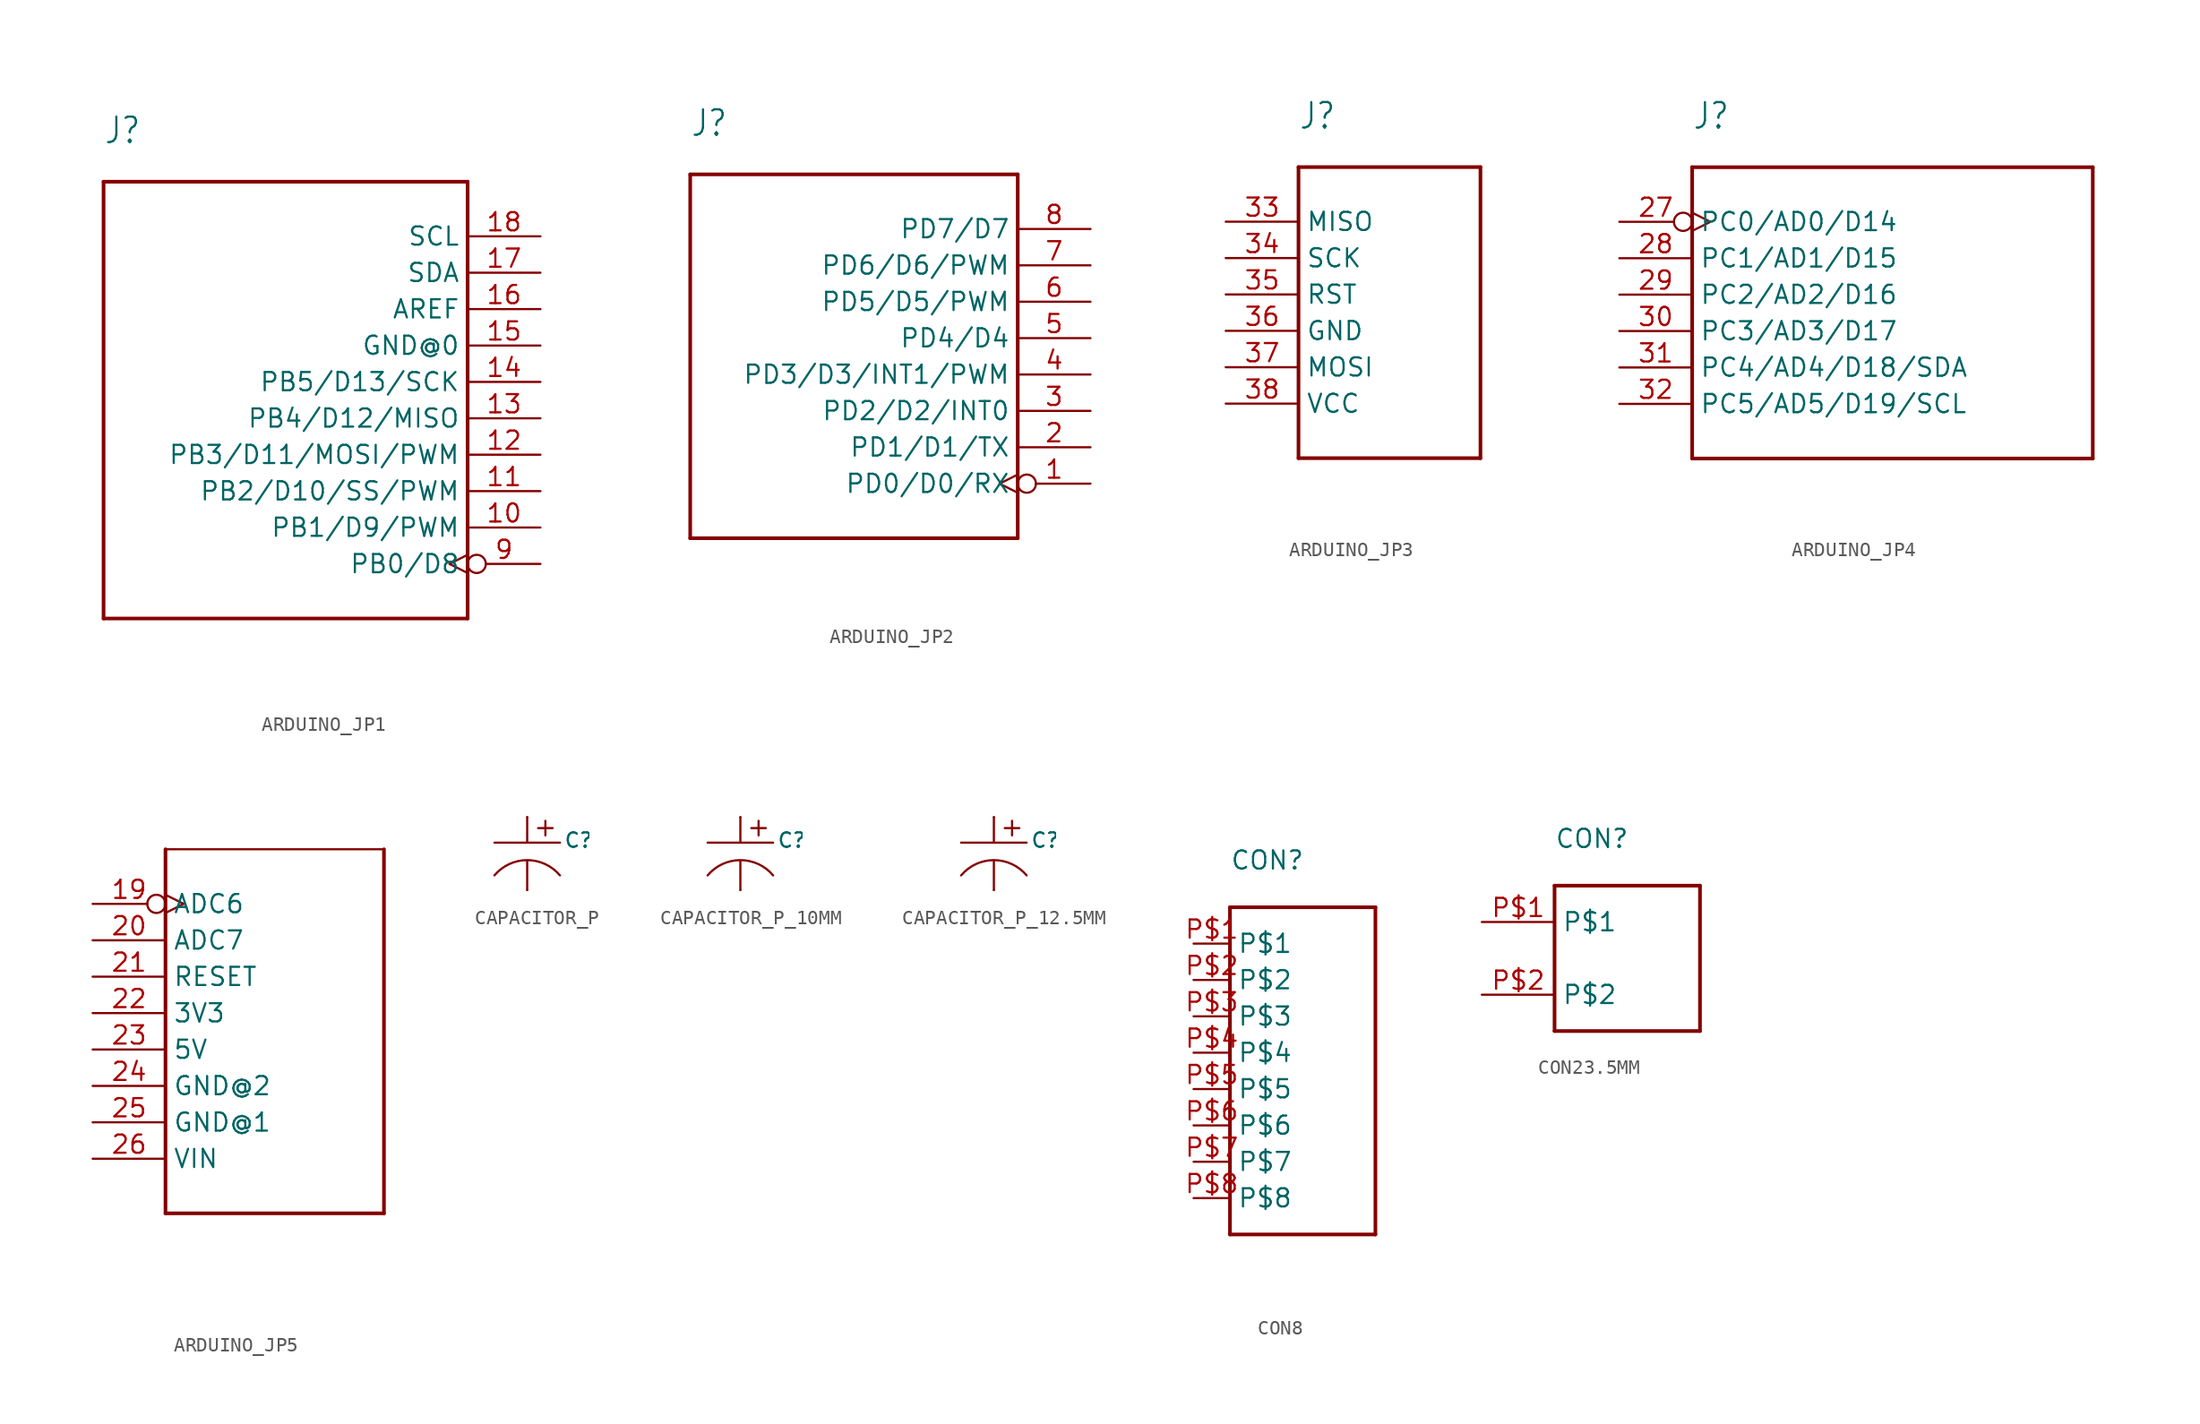
<source format=kicad_sym>
(kicad_symbol_lib
  (version 20220914)
  (generator kicad_symbol_editor)
  (symbol "ARDUINO_JP1"
    (property "Reference" "J"
      (at -15.24 17.78 0)
      (effects (font (size 1.778 1.511)) (justify left bottom)))
    (property "Value" ""
      (at -15.24 -17.78 0)
      (effects (font (size 1.778 1.511)) (justify left bottom)))
    (property "ki_locked" ""
      (at 0 0 0)
      (effects (font (size 1.27 1.27))))
    (symbol "ARDUINO_JP1_1_0"
      (polyline (pts (xy -15.24 -15.24) (xy 10.16 -15.24)) (stroke (width 0.254) (type solid)) (fill (type none)))
      (polyline (pts (xy -15.24 15.24) (xy -15.24 -15.24)) (stroke (width 0.254) (type solid)) (fill (type none)))
      (polyline (pts (xy 10.16 -15.24) (xy 10.16 15.24)) (stroke (width 0.254) (type solid)) (fill (type none)))
      (polyline (pts (xy 10.16 15.24) (xy -15.24 15.24)) (stroke (width 0.254) (type solid)) (fill (type none)))
      (pin bidirectional line (at 15.24 -8.89 180) (length 5.08) (name "PB1/D9/PWM" (effects (font (size 1.27 1.27)))) (number "10" (effects (font (size 1.27 1.27)))))
      (pin bidirectional line (at 15.24 -6.35 180) (length 5.08) (name "PB2/D10/SS/PWM" (effects (font (size 1.27 1.27)))) (number "11" (effects (font (size 1.27 1.27)))))
      (pin bidirectional line (at 15.24 -3.81 180) (length 5.08) (name "PB3/D11/MOSI/PWM" (effects (font (size 1.27 1.27)))) (number "12" (effects (font (size 1.27 1.27)))))
      (pin bidirectional line (at 15.24 -1.27 180) (length 5.08) (name "PB4/D12/MISO" (effects (font (size 1.27 1.27)))) (number "13" (effects (font (size 1.27 1.27)))))
      (pin bidirectional line (at 15.24 1.27 180) (length 5.08) (name "PB5/D13/SCK" (effects (font (size 1.27 1.27)))) (number "14" (effects (font (size 1.27 1.27)))))
      (pin bidirectional line (at 15.24 3.81 180) (length 5.08) (name "GND@0" (effects (font (size 1.27 1.27)))) (number "15" (effects (font (size 1.27 1.27)))))
      (pin bidirectional line (at 15.24 6.35 180) (length 5.08) (name "AREF" (effects (font (size 1.27 1.27)))) (number "16" (effects (font (size 1.27 1.27)))))
      (pin bidirectional line (at 15.24 8.89 180) (length 5.08) (name "SDA" (effects (font (size 1.27 1.27)))) (number "17" (effects (font (size 1.27 1.27)))))
      (pin bidirectional line (at 15.24 11.43 180) (length 5.08) (name "SCL" (effects (font (size 1.27 1.27)))) (number "18" (effects (font (size 1.27 1.27)))))
      (pin bidirectional inverted_clock (at 15.24 -11.43 180) (length 5.08) (name "PB0/D8" (effects (font (size 1.27 1.27)))) (number "9" (effects (font (size 1.27 1.27)))))))
  (symbol "ARDUINO_JP2"
    (property "Reference" "J"
      (at -17.78 15.24 0)
      (effects (font (size 1.778 1.511)) (justify left bottom)))
    (property "Value" ""
      (at -17.78 -15.24 0)
      (effects (font (size 1.778 1.511)) (justify left bottom)))
    (property "ki_locked" ""
      (at 0 0 0)
      (effects (font (size 1.27 1.27))))
    (symbol "ARDUINO_JP2_1_0"
      (polyline (pts (xy -17.78 -12.7) (xy -17.78 12.7)) (stroke (width 0.254) (type solid)) (fill (type none)))
      (polyline (pts (xy -17.78 12.7) (xy 5.08 12.7)) (stroke (width 0.254) (type solid)) (fill (type none)))
      (polyline (pts (xy 5.08 -12.7) (xy -17.78 -12.7)) (stroke (width 0.254) (type solid)) (fill (type none)))
      (polyline (pts (xy 5.08 12.7) (xy 5.08 -12.7)) (stroke (width 0.254) (type solid)) (fill (type none)))
      (pin bidirectional inverted_clock (at 10.16 -8.89 180) (length 5.08) (name "PD0/D0/RX" (effects (font (size 1.27 1.27)))) (number "1" (effects (font (size 1.27 1.27)))))
      (pin bidirectional line (at 10.16 -6.35 180) (length 5.08) (name "PD1/D1/TX" (effects (font (size 1.27 1.27)))) (number "2" (effects (font (size 1.27 1.27)))))
      (pin bidirectional line (at 10.16 -3.81 180) (length 5.08) (name "PD2/D2/INT0" (effects (font (size 1.27 1.27)))) (number "3" (effects (font (size 1.27 1.27)))))
      (pin bidirectional line (at 10.16 -1.27 180) (length 5.08) (name "PD3/D3/INT1/PWM" (effects (font (size 1.27 1.27)))) (number "4" (effects (font (size 1.27 1.27)))))
      (pin bidirectional line (at 10.16 1.27 180) (length 5.08) (name "PD4/D4" (effects (font (size 1.27 1.27)))) (number "5" (effects (font (size 1.27 1.27)))))
      (pin bidirectional line (at 10.16 3.81 180) (length 5.08) (name "PD5/D5/PWM" (effects (font (size 1.27 1.27)))) (number "6" (effects (font (size 1.27 1.27)))))
      (pin bidirectional line (at 10.16 6.35 180) (length 5.08) (name "PD6/D6/PWM" (effects (font (size 1.27 1.27)))) (number "7" (effects (font (size 1.27 1.27)))))
      (pin bidirectional line (at 10.16 8.89 180) (length 5.08) (name "PD7/D7" (effects (font (size 1.27 1.27)))) (number "8" (effects (font (size 1.27 1.27)))))))
  (symbol "ARDUINO_JP3"
    (property "Reference" "J"
      (at -7.62 12.7 0)
      (effects (font (size 1.778 1.511)) (justify left bottom)))
    (property "Value" ""
      (at -7.62 -12.7 0)
      (effects (font (size 1.778 1.511)) (justify left bottom)))
    (property "ki_locked" ""
      (at 0 0 0)
      (effects (font (size 1.27 1.27))))
    (symbol "ARDUINO_JP3_1_0"
      (polyline (pts (xy -7.62 -10.16) (xy 5.08 -10.16)) (stroke (width 0.254) (type solid)) (fill (type none)))
      (polyline (pts (xy -7.62 10.16) (xy -7.62 -10.16)) (stroke (width 0.254) (type solid)) (fill (type none)))
      (polyline (pts (xy 5.08 -10.16) (xy 5.08 10.16)) (stroke (width 0.254) (type solid)) (fill (type none)))
      (polyline (pts (xy 5.08 10.16) (xy -7.62 10.16)) (stroke (width 0.254) (type solid)) (fill (type none)))
      (pin bidirectional line (at -12.7 6.35 0) (length 5.08) (name "MISO" (effects (font (size 1.27 1.27)))) (number "33" (effects (font (size 1.27 1.27)))))
      (pin bidirectional line (at -12.7 3.81 0) (length 5.08) (name "SCK" (effects (font (size 1.27 1.27)))) (number "34" (effects (font (size 1.27 1.27)))))
      (pin bidirectional line (at -12.7 1.27 0) (length 5.08) (name "RST" (effects (font (size 1.27 1.27)))) (number "35" (effects (font (size 1.27 1.27)))))
      (pin bidirectional line (at -12.7 -1.27 0) (length 5.08) (name "GND" (effects (font (size 1.27 1.27)))) (number "36" (effects (font (size 1.27 1.27)))))
      (pin bidirectional line (at -12.7 -3.81 0) (length 5.08) (name "MOSI" (effects (font (size 1.27 1.27)))) (number "37" (effects (font (size 1.27 1.27)))))
      (pin bidirectional line (at -12.7 -6.35 0) (length 5.08) (name "VCC" (effects (font (size 1.27 1.27)))) (number "38" (effects (font (size 1.27 1.27)))))))
  (symbol "ARDUINO_JP4"
    (property "Reference" "J"
      (at -22.86 12.7 0)
      (effects (font (size 1.778 1.511)) (justify left bottom)))
    (property "Value" ""
      (at -22.86 -12.7 0)
      (effects (font (size 1.778 1.511)) (justify left bottom)))
    (property "ki_locked" ""
      (at 0 0 0)
      (effects (font (size 1.27 1.27))))
    (symbol "ARDUINO_JP4_1_0"
      (polyline (pts (xy -22.86 -10.16) (xy 5.08 -10.16)) (stroke (width 0.254) (type solid)) (fill (type none)))
      (polyline (pts (xy -22.86 10.16) (xy -22.86 -10.16)) (stroke (width 0.254) (type solid)) (fill (type none)))
      (polyline (pts (xy 5.08 -10.16) (xy 5.08 10.16)) (stroke (width 0.254) (type solid)) (fill (type none)))
      (polyline (pts (xy 5.08 10.16) (xy -22.86 10.16)) (stroke (width 0.254) (type solid)) (fill (type none)))
      (pin bidirectional inverted_clock (at -27.94 6.35 0) (length 5.08) (name "PC0/AD0/D14" (effects (font (size 1.27 1.27)))) (number "27" (effects (font (size 1.27 1.27)))))
      (pin bidirectional line (at -27.94 3.81 0) (length 5.08) (name "PC1/AD1/D15" (effects (font (size 1.27 1.27)))) (number "28" (effects (font (size 1.27 1.27)))))
      (pin bidirectional line (at -27.94 1.27 0) (length 5.08) (name "PC2/AD2/D16" (effects (font (size 1.27 1.27)))) (number "29" (effects (font (size 1.27 1.27)))))
      (pin bidirectional line (at -27.94 -1.27 0) (length 5.08) (name "PC3/AD3/D17" (effects (font (size 1.27 1.27)))) (number "30" (effects (font (size 1.27 1.27)))))
      (pin bidirectional line (at -27.94 -3.81 0) (length 5.08) (name "PC4/AD4/D18/SDA" (effects (font (size 1.27 1.27)))) (number "31" (effects (font (size 1.27 1.27)))))
      (pin bidirectional line (at -27.94 -6.35 0) (length 5.08) (name "PC5/AD5/D19/SCL" (effects (font (size 1.27 1.27)))) (number "32" (effects (font (size 1.27 1.27)))))))
  (symbol "ARDUINO_JP5"
    (property "Reference" ""
      (at -22.86 25.4 0)
      (effects (font (size 1.778 1.511)) (justify left bottom) hide))
    (property "Value" ""
      (at -22.86 -7.62 0)
      (effects (font (size 1.778 1.511)) (justify left bottom)))
    (property "ki_locked" ""
      (at 0 0 0)
      (effects (font (size 1.27 1.27))))
    (symbol "ARDUINO_JP5_1_0"
      (polyline (pts (xy -22.86 -2.54) (xy -7.62 -2.54)) (stroke (width 0.254) (type solid)) (fill (type none)))
      (polyline (pts (xy -22.86 22.86) (xy -22.86 -2.54)) (stroke (width 0.254) (type solid)) (fill (type none)))
      (polyline (pts (xy -22.86 22.86) (xy -7.62 22.86)) (stroke (width 0.152) (type solid)) (fill (type none)))
      (polyline (pts (xy -7.62 22.86) (xy -7.62 -2.54)) (stroke (width 0.254) (type solid)) (fill (type none)))
      (pin bidirectional inverted_clock (at -27.94 19.05 0) (length 5.08) (name "ADC6" (effects (font (size 1.27 1.27)))) (number "19" (effects (font (size 1.27 1.27)))))
      (pin bidirectional line (at -27.94 16.51 0) (length 5.08) (name "ADC7" (effects (font (size 1.27 1.27)))) (number "20" (effects (font (size 1.27 1.27)))))
      (pin bidirectional line (at -27.94 13.97 0) (length 5.08) (name "RESET" (effects (font (size 1.27 1.27)))) (number "21" (effects (font (size 1.27 1.27)))))
      (pin bidirectional line (at -27.94 11.43 0) (length 5.08) (name "3V3" (effects (font (size 1.27 1.27)))) (number "22" (effects (font (size 1.27 1.27)))))
      (pin bidirectional line (at -27.94 8.89 0) (length 5.08) (name "5V" (effects (font (size 1.27 1.27)))) (number "23" (effects (font (size 1.27 1.27)))))
      (pin bidirectional line (at -27.94 6.35 0) (length 5.08) (name "GND@2" (effects (font (size 1.27 1.27)))) (number "24" (effects (font (size 1.27 1.27)))))
      (pin bidirectional line (at -27.94 3.81 0) (length 5.08) (name "GND@1" (effects (font (size 1.27 1.27)))) (number "25" (effects (font (size 1.27 1.27)))))
      (pin bidirectional line (at -27.94 1.27 0) (length 5.08) (name "VIN" (effects (font (size 1.27 1.27)))) (number "26" (effects (font (size 1.27 1.27)))))))
  (symbol "CAPACITOR_P"
    (property "Reference" "C"
      (at 2.54 1.524 0)
      (effects (font (size 1.016 1.016)) (justify left top)))
    (property "Value" ""
      (at 2.54 -1.524 0)
      (effects (font (size 1.016 1.016)) (justify left bottom)))
    (property "ki_locked" ""
      (at 0 0 0)
      (effects (font (size 1.27 1.27))))
    (symbol "CAPACITOR_P_1_0"
      (polyline (pts (xy -2.286 0.762) (xy 0 0.762)) (stroke (width 0.152) (type solid)) (fill (type none)))
      (polyline (pts (xy 0 -2.54) (xy 0 -0.508)) (stroke (width 0.152) (type solid)) (fill (type none)))
      (polyline (pts (xy 0 0.762) (xy 2.286 0.762)) (stroke (width 0.152) (type solid)) (fill (type none)))
      (polyline (pts (xy 0 2.54) (xy 0 0.762)) (stroke (width 0.152) (type solid)) (fill (type none)))
      (polyline (pts (xy 1.27 2.286) (xy 1.27 1.27)) (stroke (width 0.152) (type solid)) (fill (type none)))
      (polyline (pts (xy 1.778 1.778) (xy 0.762 1.778)) (stroke (width 0.152) (type solid)) (fill (type none)))
      (arc (start 2.2859 -1.5239) (mid -0.0001 -0.458) (end -2.286 -1.524) (stroke (width 0.1524) (type solid)) (fill (type none)))
      (pin passive line (at 0 2.54 270) (length 0) (name "P$1" (effects (font (size 0 0)))) (number "P$1" (effects (font (size 0 0)))))
      (pin passive line (at 0 -2.54 90) (length 0) (name "P$2" (effects (font (size 0 0)))) (number "P$2" (effects (font (size 0 0)))))))
  (symbol "CAPACITOR_P_10MM"
    (property "Reference" "C"
      (at 2.54 1.524 0)
      (effects (font (size 1.016 1.016)) (justify left top)))
    (property "Value" ""
      (at 2.54 -1.524 0)
      (effects (font (size 1.016 1.016)) (justify left bottom)))
    (property "ki_locked" ""
      (at 0 0 0)
      (effects (font (size 1.27 1.27))))
    (symbol "CAPACITOR_P_10MM_1_0"
      (polyline (pts (xy -2.286 0.762) (xy 0 0.762)) (stroke (width 0.152) (type solid)) (fill (type none)))
      (polyline (pts (xy 0 -2.54) (xy 0 -0.508)) (stroke (width 0.152) (type solid)) (fill (type none)))
      (polyline (pts (xy 0 0.762) (xy 2.286 0.762)) (stroke (width 0.152) (type solid)) (fill (type none)))
      (polyline (pts (xy 0 2.54) (xy 0 0.762)) (stroke (width 0.152) (type solid)) (fill (type none)))
      (polyline (pts (xy 1.27 2.286) (xy 1.27 1.27)) (stroke (width 0.152) (type solid)) (fill (type none)))
      (polyline (pts (xy 1.778 1.778) (xy 0.762 1.778)) (stroke (width 0.152) (type solid)) (fill (type none)))
      (arc (start 2.2859 -1.5239) (mid -0.0001 -0.458) (end -2.286 -1.524) (stroke (width 0.1524) (type solid)) (fill (type none)))
      (pin passive line (at 0 2.54 270) (length 0) (name "P$1" (effects (font (size 0 0)))) (number "P$1" (effects (font (size 0 0)))))
      (pin passive line (at 0 -2.54 90) (length 0) (name "P$2" (effects (font (size 0 0)))) (number "P$2" (effects (font (size 0 0)))))))
  (symbol "CAPACITOR_P_12.5MM"
    (property "Reference" "C"
      (at 2.54 1.524 0)
      (effects (font (size 1.016 1.016)) (justify left top)))
    (property "Value" ""
      (at 2.54 -1.524 0)
      (effects (font (size 1.016 1.016)) (justify left bottom)))
    (property "ki_locked" ""
      (at 0 0 0)
      (effects (font (size 1.27 1.27))))
    (symbol "CAPACITOR_P_12.5MM_1_0"
      (polyline (pts (xy -2.286 0.762) (xy 0 0.762)) (stroke (width 0.152) (type solid)) (fill (type none)))
      (polyline (pts (xy 0 -2.54) (xy 0 -0.508)) (stroke (width 0.152) (type solid)) (fill (type none)))
      (polyline (pts (xy 0 0.762) (xy 2.286 0.762)) (stroke (width 0.152) (type solid)) (fill (type none)))
      (polyline (pts (xy 0 2.54) (xy 0 0.762)) (stroke (width 0.152) (type solid)) (fill (type none)))
      (polyline (pts (xy 1.27 2.286) (xy 1.27 1.27)) (stroke (width 0.152) (type solid)) (fill (type none)))
      (polyline (pts (xy 1.778 1.778) (xy 0.762 1.778)) (stroke (width 0.152) (type solid)) (fill (type none)))
      (arc (start 2.2859 -1.5239) (mid -0.0001 -0.458) (end -2.286 -1.524) (stroke (width 0.1524) (type solid)) (fill (type none)))
      (pin passive line (at 0 2.54 270) (length 0) (name "P$1" (effects (font (size 0 0)))) (number "P$1" (effects (font (size 0 0)))))
      (pin passive line (at 0 -2.54 90) (length 0) (name "P$2" (effects (font (size 0 0)))) (number "P$2" (effects (font (size 0 0)))))))
  (symbol "CON8"
    (property "Reference" "CON"
      (at -7.62 12.7 0)
      (effects (font (size 1.27 1.27)) (justify left bottom)))
    (property "Value" ""
      (at -7.62 -15.24 0)
      (effects (font (size 1.27 1.27)) (justify left bottom)))
    (property "ki_locked" ""
      (at 0 0 0)
      (effects (font (size 1.27 1.27))))
    (symbol "CON8_1_0"
      (polyline (pts (xy -7.62 -12.7) (xy 2.54 -12.7)) (stroke (width 0.254) (type solid)) (fill (type none)))
      (polyline (pts (xy -7.62 10.16) (xy -7.62 -12.7)) (stroke (width 0.254) (type solid)) (fill (type none)))
      (polyline (pts (xy 2.54 -12.7) (xy 2.54 10.16)) (stroke (width 0.254) (type solid)) (fill (type none)))
      (polyline (pts (xy 2.54 10.16) (xy -7.62 10.16)) (stroke (width 0.254) (type solid)) (fill (type none)))
      (pin bidirectional line (at -10.16 7.62 0) (length 2.54) (name "P$1" (effects (font (size 1.27 1.27)))) (number "P$1" (effects (font (size 1.27 1.27)))))
      (pin bidirectional line (at -10.16 5.08 0) (length 2.54) (name "P$2" (effects (font (size 1.27 1.27)))) (number "P$2" (effects (font (size 1.27 1.27)))))
      (pin bidirectional line (at -10.16 2.54 0) (length 2.54) (name "P$3" (effects (font (size 1.27 1.27)))) (number "P$3" (effects (font (size 1.27 1.27)))))
      (pin bidirectional line (at -10.16 0 0) (length 2.54) (name "P$4" (effects (font (size 1.27 1.27)))) (number "P$4" (effects (font (size 1.27 1.27)))))
      (pin bidirectional line (at -10.16 -2.54 0) (length 2.54) (name "P$5" (effects (font (size 1.27 1.27)))) (number "P$5" (effects (font (size 1.27 1.27)))))
      (pin bidirectional line (at -10.16 -5.08 0) (length 2.54) (name "P$6" (effects (font (size 1.27 1.27)))) (number "P$6" (effects (font (size 1.27 1.27)))))
      (pin bidirectional line (at -10.16 -7.62 0) (length 2.54) (name "P$7" (effects (font (size 1.27 1.27)))) (number "P$7" (effects (font (size 1.27 1.27)))))
      (pin bidirectional line (at -10.16 -10.16 0) (length 2.54) (name "P$8" (effects (font (size 1.27 1.27)))) (number "P$8" (effects (font (size 1.27 1.27)))))))
  (symbol "CON23.5MM"
    (property "Reference" "CON"
      (at -7.62 5.08 0)
      (effects (font (size 1.27 1.27)) (justify left bottom)))
    (property "ki_locked" ""
      (at 0 0 0)
      (effects (font (size 1.27 1.27))))
    (symbol "CON23.5MM_1_0"
      (polyline (pts (xy -7.62 -7.62) (xy -7.62 2.54)) (stroke (width 0.254) (type solid)) (fill (type none)))
      (polyline (pts (xy -7.62 2.54) (xy 2.54 2.54)) (stroke (width 0.254) (type solid)) (fill (type none)))
      (polyline (pts (xy 2.54 -7.62) (xy -7.62 -7.62)) (stroke (width 0.254) (type solid)) (fill (type none)))
      (polyline (pts (xy 2.54 2.54) (xy 2.54 -7.62)) (stroke (width 0.254) (type solid)) (fill (type none)))
      (pin bidirectional line (at -12.7 0 0) (length 5.08) (name "P$1" (effects (font (size 1.27 1.27)))) (number "P$1" (effects (font (size 1.27 1.27)))))
      (pin bidirectional line (at -12.7 -5.08 0) (length 5.08) (name "P$2" (effects (font (size 1.27 1.27)))) (number "P$2" (effects (font (size 1.27 1.27))))))))
</source>
